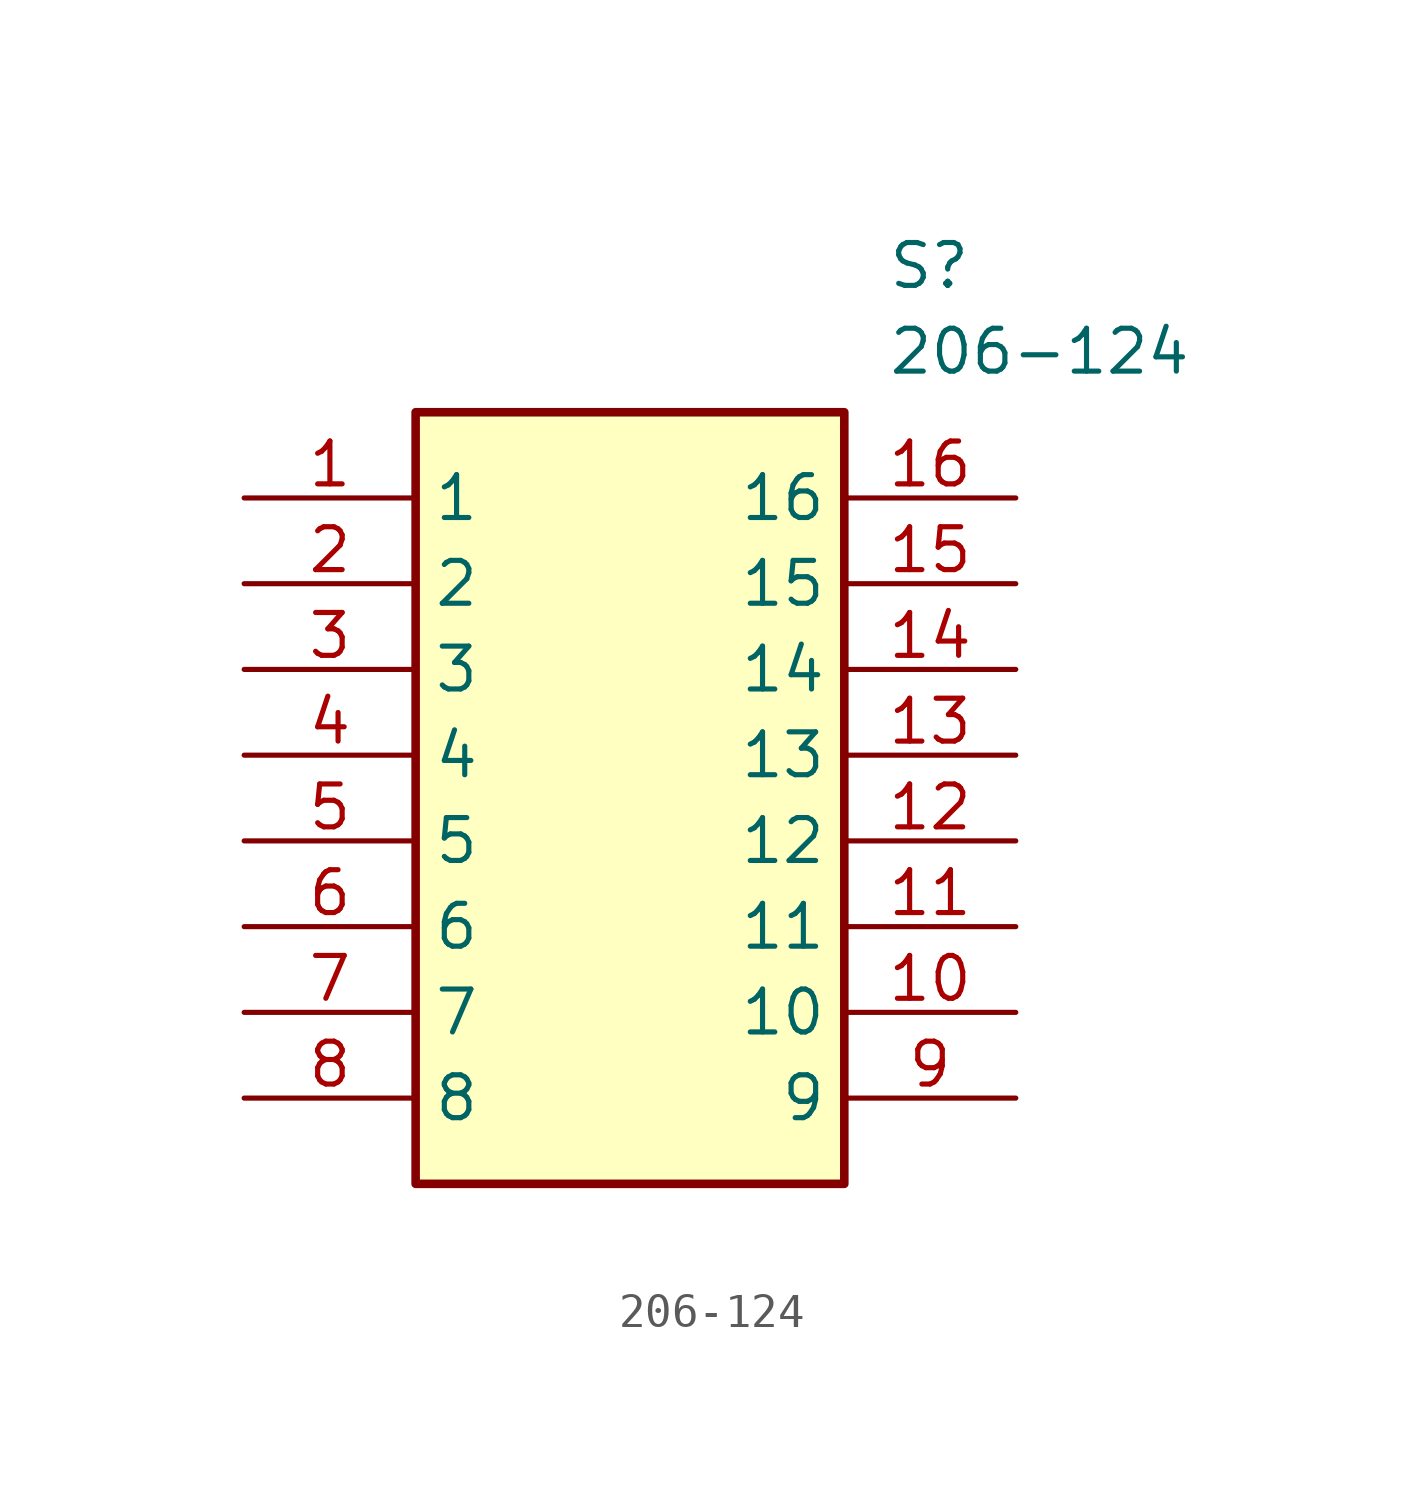
<source format=kicad_sym>
(kicad_symbol_lib
  (version 20211014)
  (generator SamacSys_ECAD_Model)
  (symbol "206-124"
    (property "Reference" "S"
      (at 19.05 7.62 0)
      (effects (font (size 1.27 1.27)) (justify left top)))
    (property "Value" "206-124"
      (at 19.05 5.08 0)
      (effects (font (size 1.27 1.27)) (justify left top)))
    (rectangle
      (start 5.08 2.54)
      (end 17.78 -20.32)
      (stroke (width 0.254) (type default))
      (fill (type background)))
    (pin passive line
      (at 0 0 0)
      (length 5.08)
      (name "1" (effects (font (size 1.27 1.27))))
      (number "1" (effects (font (size 1.27 1.27)))))
    (pin passive line
      (at 0 -2.54 0)
      (length 5.08)
      (name "2" (effects (font (size 1.27 1.27))))
      (number "2" (effects (font (size 1.27 1.27)))))
    (pin passive line
      (at 0 -5.08 0)
      (length 5.08)
      (name "3" (effects (font (size 1.27 1.27))))
      (number "3" (effects (font (size 1.27 1.27)))))
    (pin passive line
      (at 0 -7.62 0)
      (length 5.08)
      (name "4" (effects (font (size 1.27 1.27))))
      (number "4" (effects (font (size 1.27 1.27)))))
    (pin passive line
      (at 0 -10.16 0)
      (length 5.08)
      (name "5" (effects (font (size 1.27 1.27))))
      (number "5" (effects (font (size 1.27 1.27)))))
    (pin passive line
      (at 0 -12.7 0)
      (length 5.08)
      (name "6" (effects (font (size 1.27 1.27))))
      (number "6" (effects (font (size 1.27 1.27)))))
    (pin passive line
      (at 0 -15.24 0)
      (length 5.08)
      (name "7" (effects (font (size 1.27 1.27))))
      (number "7" (effects (font (size 1.27 1.27)))))
    (pin passive line
      (at 0 -17.78 0)
      (length 5.08)
      (name "8" (effects (font (size 1.27 1.27))))
      (number "8" (effects (font (size 1.27 1.27)))))
    (pin passive line
      (at 22.86 -17.78 180)
      (length 5.08)
      (name "9" (effects (font (size 1.27 1.27))))
      (number "9" (effects (font (size 1.27 1.27)))))
    (pin passive line
      (at 22.86 -15.24 180)
      (length 5.08)
      (name "10" (effects (font (size 1.27 1.27))))
      (number "10" (effects (font (size 1.27 1.27)))))
    (pin passive line
      (at 22.86 -12.7 180)
      (length 5.08)
      (name "11" (effects (font (size 1.27 1.27))))
      (number "11" (effects (font (size 1.27 1.27)))))
    (pin passive line
      (at 22.86 -10.16 180)
      (length 5.08)
      (name "12" (effects (font (size 1.27 1.27))))
      (number "12" (effects (font (size 1.27 1.27)))))
    (pin passive line
      (at 22.86 -7.62 180)
      (length 5.08)
      (name "13" (effects (font (size 1.27 1.27))))
      (number "13" (effects (font (size 1.27 1.27)))))
    (pin passive line
      (at 22.86 -5.08 180)
      (length 5.08)
      (name "14" (effects (font (size 1.27 1.27))))
      (number "14" (effects (font (size 1.27 1.27)))))
    (pin passive line
      (at 22.86 -2.54 180)
      (length 5.08)
      (name "15" (effects (font (size 1.27 1.27))))
      (number "15" (effects (font (size 1.27 1.27)))))
    (pin passive line
      (at 22.86 0 180)
      (length 5.08)
      (name "16" (effects (font (size 1.27 1.27))))
      (number "16" (effects (font (size 1.27 1.27)))))))
</source>
